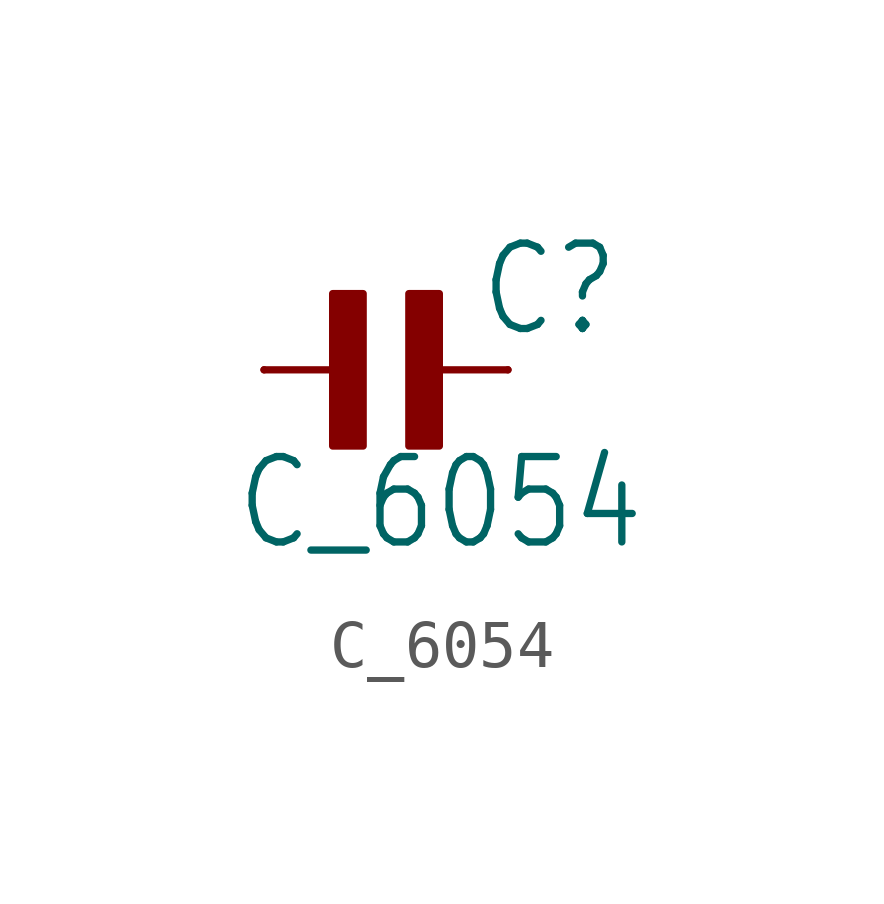
<source format=kicad_sym>
(kicad_symbol_lib
  (version 20211014)
  (generator kicad_symbol_editor)
  (symbol "C_6054"
    (property "Reference" "C"
      (at 1.905 0.635 0)
      (effects (font (size 1.778 1.511)) (justify left bottom)))
    (property "Value" "C_6054"
      (at -3.175 -3.81 0)
      (effects (font (size 1.778 1.511)) (justify left bottom)))
    (property "ki_locked" ""
      (at 0 0 0)
      (effects (font (size 1.27 1.27))))
    (symbol "C_6054_1_0"
      (rectangle (start -1.111 -1.587) (end -0.476 1.587) (stroke (width 0) (type default) (color 0 0 0 0)) (fill (type outline)))
      (polyline (pts (xy -2.54 0) (xy -0.635 0)) (stroke (width 0.152) (type default) (color 0 0 0 0)) (fill (type none)))
      (polyline (pts (xy 2.54 0) (xy 0.635 0)) (stroke (width 0.152) (type default) (color 0 0 0 0)) (fill (type none)))
      (rectangle (start 0.476 -1.587) (end 1.111 1.587) (stroke (width 0) (type default) (color 0 0 0 0)) (fill (type outline)))
      (pin passive line (at -2.54 0 0) (length 0) (name "1" (effects (font (size 0 0)))) (number "1" (effects (font (size 0 0)))))
      (pin passive line (at 2.54 0 180) (length 0) (name "2" (effects (font (size 0 0)))) (number "2" (effects (font (size 0 0))))))))
</source>
